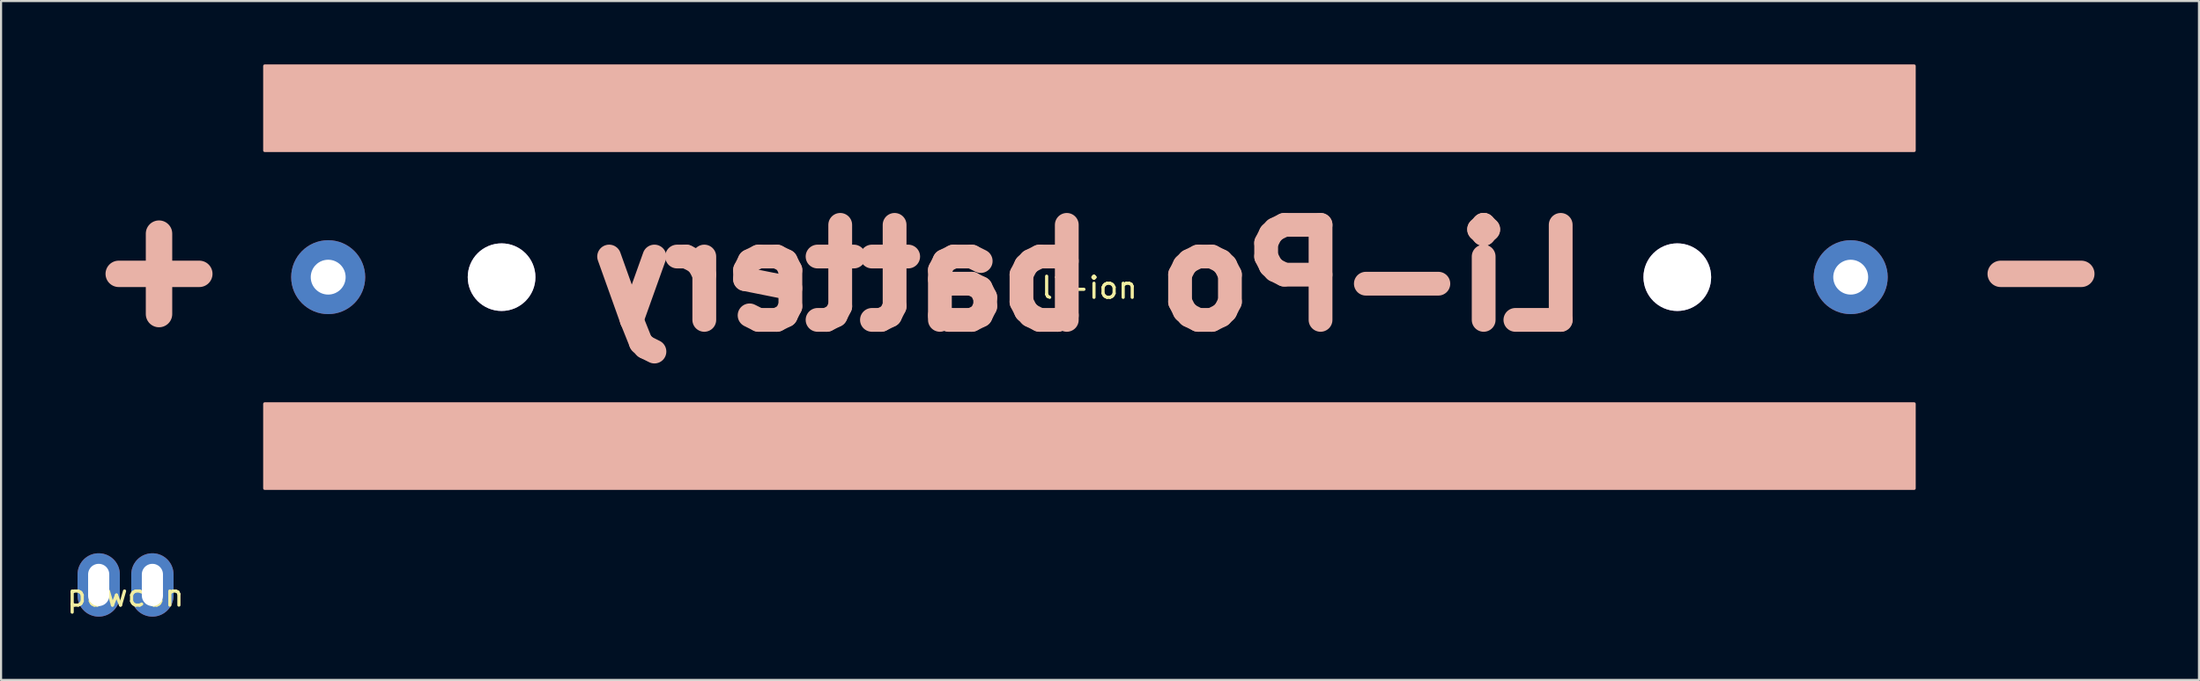
<source format=kicad_pcb>
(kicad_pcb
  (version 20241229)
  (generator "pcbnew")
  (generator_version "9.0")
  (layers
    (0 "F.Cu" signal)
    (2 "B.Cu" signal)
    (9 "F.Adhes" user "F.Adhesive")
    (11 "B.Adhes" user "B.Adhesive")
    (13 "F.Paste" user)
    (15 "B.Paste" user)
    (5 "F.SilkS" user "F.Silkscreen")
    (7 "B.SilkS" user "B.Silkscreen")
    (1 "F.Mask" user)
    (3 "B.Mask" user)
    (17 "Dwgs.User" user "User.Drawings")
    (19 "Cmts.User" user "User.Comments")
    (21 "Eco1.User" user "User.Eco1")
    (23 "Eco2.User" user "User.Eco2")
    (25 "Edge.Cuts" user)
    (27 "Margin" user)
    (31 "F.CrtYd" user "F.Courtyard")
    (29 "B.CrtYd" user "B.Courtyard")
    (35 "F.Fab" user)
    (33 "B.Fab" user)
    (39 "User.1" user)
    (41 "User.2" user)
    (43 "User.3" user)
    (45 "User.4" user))
  (footprint "powcon"
    (layer "F.Cu")
    (at 2.887 24.65)
    (property "Reference" "powcon" (at 0 0.5 0) (layer "F.SilkS") (effects (font (size 1 1) (thickness 0.15))))
    (attr through_hole)
    (pad "1" thru_hole oval (at -1.27 0) (size 2 3) (drill oval 1 2) (layers "*.Cu" "*.Mask"))
    (pad "2" thru_hole oval (at 1.27 0) (size 2 3) (drill oval 1 2) (layers "*.Cu" "*.Mask")))
  (footprint "li-ion"
    (layer "F.Cu")
    (at 48.47 10.075)
    (property "Reference" "li-ion" (at 0 0.5 0) (layer "F.SilkS") (effects (font (size 1 1) (thickness 0.15))))
    (attr through_hole)
    (fp_poly (pts (xy -39 -10) (xy 39 -10) (xy 39 -6) (xy -39 -6)) (stroke (width 0.15) (type solid)) (fill yes) (layer "B.SilkS"))
    (fp_poly (pts (xy -39 6) (xy 39 6) (xy 39 10) (xy -39 10)) (stroke (width 0.15) (type solid)) (fill yes) (layer "B.SilkS"))
    (fp_text user "Li-Po battery" (at 0 0 0) (layer "B.SilkS") (effects (font (size 4.5 4.5) (thickness 1.125)) (justify mirror)))
    (fp_text user "-" (at 45 -0.5 0) (layer "B.SilkS") (effects (font (size 5 5) (thickness 1.25)) (justify mirror)))
    (fp_text user "+" (at -44 -0.5 0) (layer "B.SilkS") (effects (font (size 5 5) (thickness 1.25)) (justify mirror)))
    (pad "" thru_hole circle (at -27.8 0) (size 3.2 3.2) (drill 3.2) (layers "*.Cu" "*.Mask"))
    (pad "" thru_hole circle (at 27.8 0) (size 3.2 3.2) (drill 3.2) (layers "*.Cu" "*.Mask"))
    (pad "1" thru_hole circle (at -36 0) (size 3.5 3.5) (drill 1.65) (layers "*.Cu" "*.Mask"))
    (pad "2" thru_hole circle (at 36 0) (size 3.5 3.5) (drill 1.65) (layers "*.Cu" "*.Mask")))
  (gr_rect
    (start -3 -3)
    (end 100.94 29.15)
    (stroke (width 0.1) (type default))
    (fill no)
    (layer "Edge.Cuts")))
</source>
